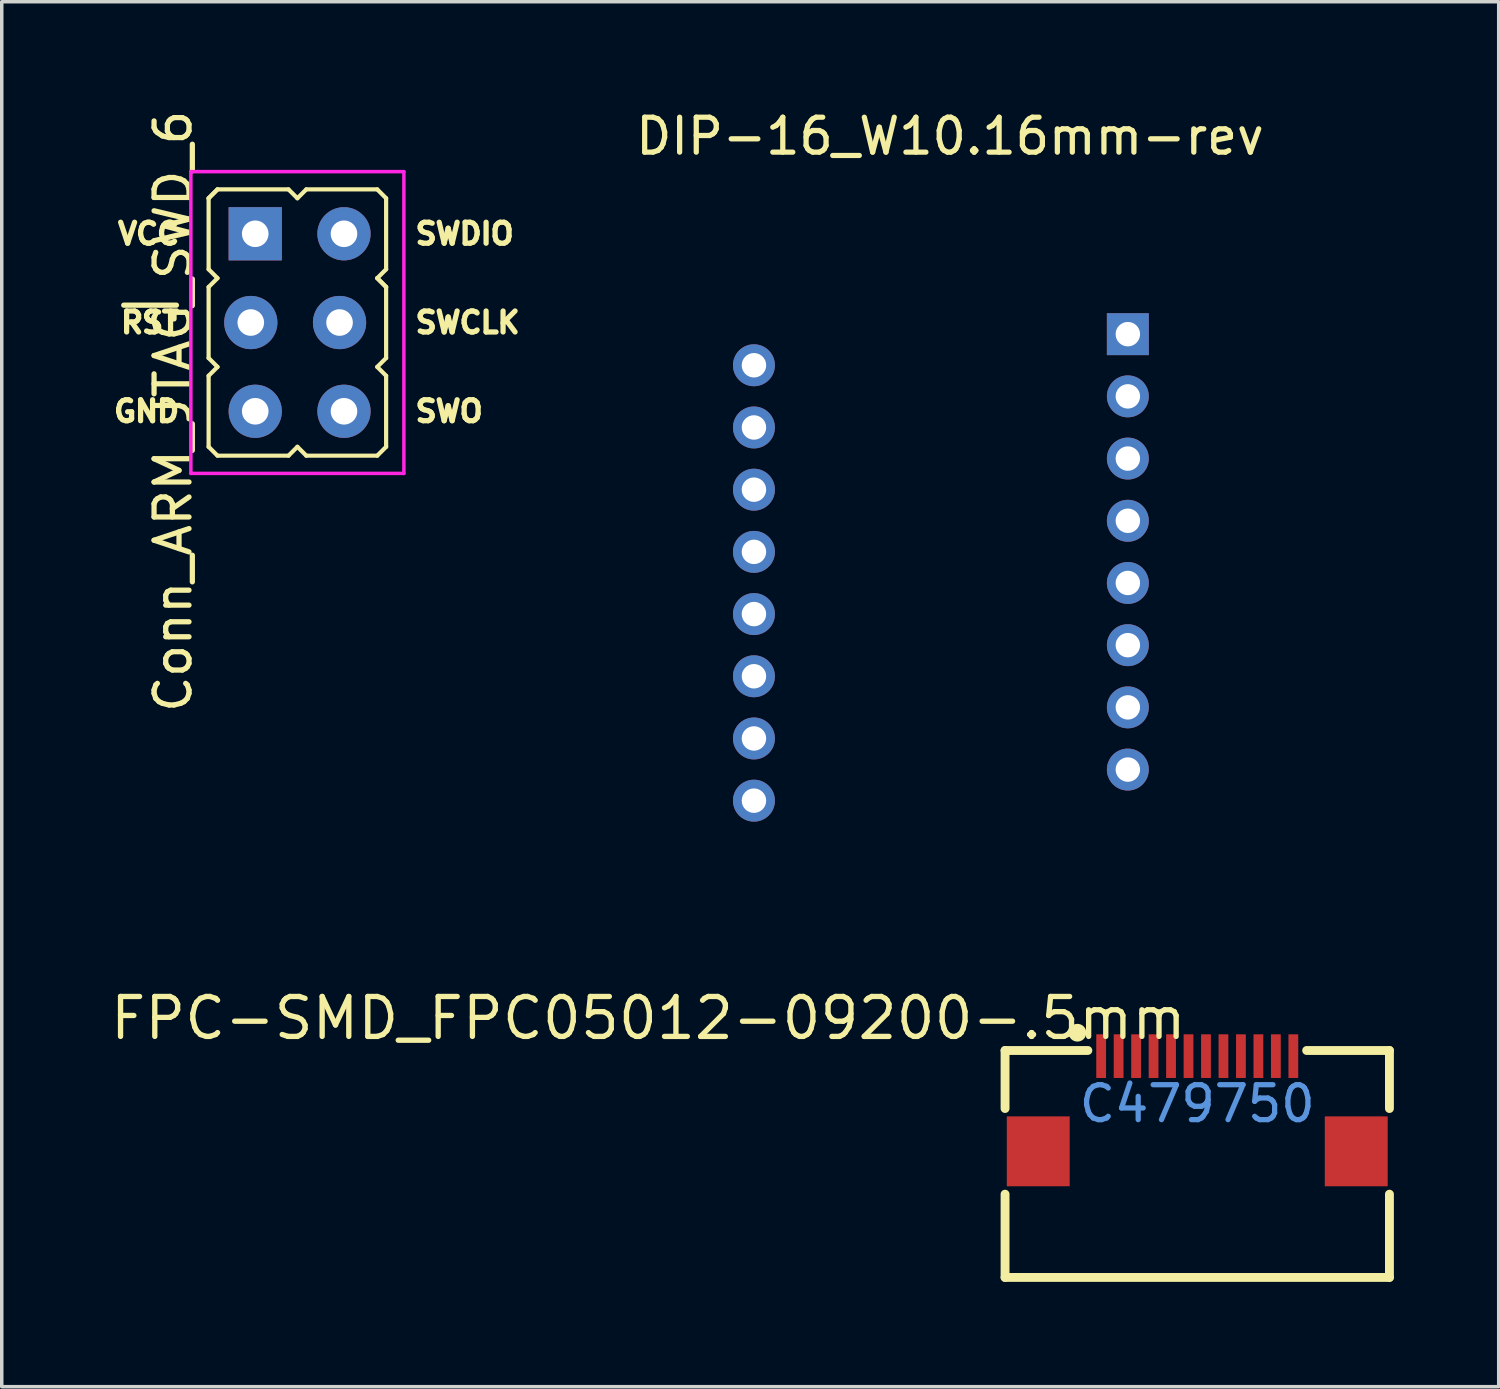
<source format=kicad_pcb>
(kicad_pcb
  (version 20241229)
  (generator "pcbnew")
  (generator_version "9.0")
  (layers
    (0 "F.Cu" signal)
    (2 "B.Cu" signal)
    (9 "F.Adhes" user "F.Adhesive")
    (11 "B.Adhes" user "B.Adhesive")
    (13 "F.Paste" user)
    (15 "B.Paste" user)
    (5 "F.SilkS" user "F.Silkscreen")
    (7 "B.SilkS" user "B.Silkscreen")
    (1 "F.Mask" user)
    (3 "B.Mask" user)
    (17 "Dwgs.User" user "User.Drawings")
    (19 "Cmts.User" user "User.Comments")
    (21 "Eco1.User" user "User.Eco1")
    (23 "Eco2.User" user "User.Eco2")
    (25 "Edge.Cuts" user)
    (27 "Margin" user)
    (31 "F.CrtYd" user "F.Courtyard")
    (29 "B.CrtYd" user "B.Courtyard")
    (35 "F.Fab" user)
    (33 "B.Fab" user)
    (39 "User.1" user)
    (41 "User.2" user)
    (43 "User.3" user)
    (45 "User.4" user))
  (footprint "DIP-16_W10.16mm-rev"
    (layer "F.Cu")
    (at 19.626 4.993)
    (property "Reference" "DIP-16_W10.16mm-rev" (at 4.511 -4.144 0) (layer "F.SilkS") (effects (font (size 1 1) (thickness 0.15))))
    (attr through_hole)
    (fp_line (start 0 0) (end 0 17.1) (stroke (width 0.12) (type solid)) (layer "Eco2.User"))
    (fp_line (start 8.5 0) (end 0 0) (stroke (width 0.12) (type solid)) (layer "Eco2.User"))
    (fp_line (start 8.5 0) (end 8.5 17.1) (stroke (width 0.12) (type solid)) (layer "Eco2.User"))
    (fp_line (start 8.5 17.1) (end 0 17.1) (stroke (width 0.12) (type solid)) (layer "Eco2.User"))
    (pad "1" thru_hole rect (at 9.6 1.52) (size 1.2 1.2) (drill 0.7) (layers "*.Cu" "*.Mask"))
    (pad "2" thru_hole circle (at 9.6 3.3) (size 1.2 1.2) (drill 0.7) (layers "*.Cu" "*.Mask"))
    (pad "3" thru_hole circle (at 9.6 5.08) (size 1.2 1.2) (drill 0.7) (layers "*.Cu" "*.Mask"))
    (pad "4" thru_hole circle (at 9.6 6.86) (size 1.2 1.2) (drill 0.7) (layers "*.Cu" "*.Mask"))
    (pad "5" thru_hole circle (at 9.6 8.64) (size 1.2 1.2) (drill 0.7) (layers "*.Cu" "*.Mask"))
    (pad "6" thru_hole circle (at 9.6 10.42) (size 1.2 1.2) (drill 0.7) (layers "*.Cu" "*.Mask"))
    (pad "7" thru_hole circle (at 9.6 12.2) (size 1.2 1.2) (drill 0.7) (layers "*.Cu" "*.Mask"))
    (pad "8" thru_hole circle (at 9.6 13.98) (size 1.2 1.2) (drill 0.7) (layers "*.Cu" "*.Mask"))
    (pad "9" thru_hole circle (at -1.1 14.87) (size 1.2 1.2) (drill 0.7) (layers "*.Cu" "*.Mask"))
    (pad "10" thru_hole circle (at -1.1 13.09) (size 1.2 1.2) (drill 0.7) (layers "*.Cu" "*.Mask"))
    (pad "11" thru_hole circle (at -1.1 11.31) (size 1.2 1.2) (drill 0.7) (layers "*.Cu" "*.Mask"))
    (pad "12" thru_hole circle (at -1.1 9.53) (size 1.2 1.2) (drill 0.7) (layers "*.Cu" "*.Mask"))
    (pad "13" thru_hole circle (at -1.1 7.75) (size 1.2 1.2) (drill 0.7) (layers "*.Cu" "*.Mask"))
    (pad "14" thru_hole circle (at -1.1 5.97) (size 1.2 1.2) (drill 0.7) (layers "*.Cu" "*.Mask"))
    (pad "15" thru_hole circle (at -1.1 4.19) (size 1.2 1.2) (drill 0.7) (layers "*.Cu" "*.Mask"))
    (pad "16" thru_hole circle (at -1.1 2.41) (size 1.2 1.2) (drill 0.7) (layers "*.Cu" "*.Mask")))
  (footprint "Conn_ARM_JTAG_SWD_6"
    (layer "F.Cu")
    (at 5.397 6.18)
    (property "Reference" "Conn_ARM_JTAG_SWD_6" (at -3.493 2.54 90) (layer "F.SilkS") (effects (font (size 1 1) (thickness 0.15))))
    (attr through_hole)
    (fp_line (start -2.477 -3.556) (end -2.223 -3.81) (stroke (width 0.12) (type solid)) (layer "F.SilkS"))
    (fp_line (start -2.477 -3.556) (end -2.223 -3.81) (stroke (width 0.12) (type solid)) (layer "F.SilkS"))
    (fp_line (start -2.477 -1.524) (end -2.477 -3.556) (stroke (width 0.12) (type solid)) (layer "F.SilkS"))
    (fp_line (start -2.477 -1.016) (end -2.223 -1.27) (stroke (width 0.12) (type solid)) (layer "F.SilkS"))
    (fp_line (start -2.477 1.016) (end -2.477 -1.016) (stroke (width 0.12) (type solid)) (layer "F.SilkS"))
    (fp_line (start -2.477 1.524) (end -2.223 1.27) (stroke (width 0.12) (type solid)) (layer "F.SilkS"))
    (fp_line (start -2.477 3.556) (end -2.477 1.524) (stroke (width 0.12) (type solid)) (layer "F.SilkS"))
    (fp_line (start -2.223 -1.27) (end -2.477 -1.524) (stroke (width 0.12) (type solid)) (layer "F.SilkS"))
    (fp_line (start -2.223 1.27) (end -2.477 1.016) (stroke (width 0.12) (type solid)) (layer "F.SilkS"))
    (fp_line (start -2.223 3.81) (end -2.477 3.556) (stroke (width 0.12) (type solid)) (layer "F.SilkS"))
    (fp_line (start -0.191 -3.81) (end -2.223 -3.81) (stroke (width 0.12) (type solid)) (layer "F.SilkS"))
    (fp_line (start -0.191 3.81) (end -2.223 3.81) (stroke (width 0.12) (type solid)) (layer "F.SilkS"))
    (fp_line (start -0.191 3.81) (end 0.064 3.556) (stroke (width 0.12) (type solid)) (layer "F.SilkS"))
    (fp_line (start 0.064 -3.556) (end -0.191 -3.81) (stroke (width 0.12) (type solid)) (layer "F.SilkS"))
    (fp_line (start 0.064 3.556) (end 0.318 3.81) (stroke (width 0.12) (type solid)) (layer "F.SilkS"))
    (fp_line (start 0.318 -3.81) (end 0.064 -3.556) (stroke (width 0.12) (type solid)) (layer "F.SilkS"))
    (fp_line (start 0.318 -3.81) (end 2.349 -3.81) (stroke (width 0.12) (type solid)) (layer "F.SilkS"))
    (fp_line (start 0.318 3.81) (end 2.349 3.81) (stroke (width 0.12) (type solid)) (layer "F.SilkS"))
    (fp_line (start 2.349 -3.81) (end 2.603 -3.556) (stroke (width 0.12) (type solid)) (layer "F.SilkS"))
    (fp_line (start 2.349 -1.27) (end 2.603 -1.016) (stroke (width 0.12) (type solid)) (layer "F.SilkS"))
    (fp_line (start 2.349 -1.27) (end 2.603 -1.016) (stroke (width 0.12) (type solid)) (layer "F.SilkS"))
    (fp_line (start 2.349 1.27) (end 2.603 1.524) (stroke (width 0.12) (type solid)) (layer "F.SilkS"))
    (fp_line (start 2.603 -3.556) (end 2.603 -1.524) (stroke (width 0.12) (type solid)) (layer "F.SilkS"))
    (fp_line (start 2.603 -1.524) (end 2.349 -1.27) (stroke (width 0.12) (type solid)) (layer "F.SilkS"))
    (fp_line (start 2.603 -1.016) (end 2.603 1.016) (stroke (width 0.12) (type solid)) (layer "F.SilkS"))
    (fp_line (start 2.603 1.016) (end 2.349 1.27) (stroke (width 0.12) (type solid)) (layer "F.SilkS"))
    (fp_line (start 2.603 1.524) (end 2.603 3.556) (stroke (width 0.12) (type solid)) (layer "F.SilkS"))
    (fp_line (start 2.603 3.556) (end 2.349 3.81) (stroke (width 0.12) (type solid)) (layer "F.SilkS"))
    (fp_line (start -2.985 4.318) (end -2.985 -4.318) (stroke (width 0.1) (type solid)) (layer "F.CrtYd"))
    (fp_line (start -2.985 4.318) (end 3.111 4.318) (stroke (width 0.1) (type solid)) (layer "F.CrtYd"))
    (fp_line (start 3.111 -4.318) (end -2.985 -4.318) (stroke (width 0.1) (type solid)) (layer "F.CrtYd"))
    (fp_line (start 3.111 -4.318) (end 3.111 4.318) (stroke (width 0.1) (type solid)) (layer "F.CrtYd"))
    (fp_text user "SWCLK" (at 3.365 0 0) (layer "F.SilkS") (effects (font (size 0.6 0.6) (thickness 0.15)) (justify left)))
    (fp_text user "SWO" (at 3.365 2.54 0) (layer "F.SilkS") (effects (font (size 0.6 0.6) (thickness 0.15)) (justify left)))
    (fp_text user "~{RST}" (at -3.239 0 0) (layer "F.SilkS") (effects (font (size 0.6 0.6) (thickness 0.15)) (justify right)))
    (fp_text user "VCC" (at -3.239 -2.54 0) (layer "F.SilkS") (effects (font (size 0.6 0.6) (thickness 0.15)) (justify right)))
    (fp_text user "GND" (at -3.239 2.54 0) (layer "F.SilkS") (effects (font (size 0.6 0.6) (thickness 0.15)) (justify right)))
    (fp_text user "SWDIO" (at 3.365 -2.54 0) (layer "F.SilkS") (effects (font (size 0.6 0.6) (thickness 0.15)) (justify left)))
    (pad "1" thru_hole rect (at -1.143 -2.54) (size 1.524 1.524) (drill 0.762) (layers "*.Cu" "*.Mask"))
    (pad "2" thru_hole oval (at 1.397 -2.54) (size 1.524 1.524) (drill 0.762) (layers "*.Cu" "*.Mask"))
    (pad "3" thru_hole oval (at -1.27 0) (size 1.524 1.524) (drill 0.762) (layers "*.Cu" "*.Mask"))
    (pad "4" thru_hole oval (at 1.27 0) (size 1.524 1.524) (drill 0.762) (layers "*.Cu" "*.Mask"))
    (pad "5" thru_hole oval (at -1.143 2.54) (size 1.524 1.524) (drill 0.762) (layers "*.Cu" "*.Mask"))
    (pad "6" thru_hole oval (at 1.397 2.54) (size 1.524 1.524) (drill 0.762) (layers "*.Cu" "*.Mask")))
  (footprint "FPC-SMD_FPC05012-09200-.5mm"
    (layer "F.Cu")
    (at 31.212 28.536)
    (property "Reference" "FPC-SMD_FPC05012-09200-.5mm" (at -0.232 -2.448 180) (layer "F.SilkS") (effects (font (size 1.143 1.143) (thickness 0.152)) (justify right)))
    (attr smd)
    (fp_line (start -5.5 -1.524) (end -3.131 -1.524) (stroke (width 0.254) (type solid)) (layer "F.SilkS"))
    (fp_line (start -5.5 0.137) (end -5.5 -1.524) (stroke (width 0.254) (type solid)) (layer "F.SilkS"))
    (fp_line (start -5.5 4.971) (end -5.5 2.588) (stroke (width 0.254) (type solid)) (layer "F.SilkS"))
    (fp_line (start 5.5 -1.524) (end 3.131 -1.524) (stroke (width 0.254) (type solid)) (layer "F.SilkS"))
    (fp_line (start 5.5 0.137) (end 5.5 -1.524) (stroke (width 0.254) (type solid)) (layer "F.SilkS"))
    (fp_line (start 5.5 4.971) (end -5.5 4.971) (stroke (width 0.254) (type solid)) (layer "F.SilkS"))
    (fp_line (start 5.5 4.971) (end 5.5 2.588) (stroke (width 0.254) (type solid)) (layer "F.SilkS"))
    (fp_circle (center -3.429 -2.032) (end -3.302 -2.032) (stroke (width 0.254) (type solid)) (fill no) (layer "F.SilkS"))
    (fp_text user "C479750" (at 0 0 180) (layer "Cmts.User") (effects (font (size 1 1) (thickness 0.15))))
    (pad "1" smd rect (at -2.75 -1.362) (size 0.28 1.25) (layers "F.Cu" "F.Mask" "F.Paste"))
    (pad "2" smd rect (at -2.25 -1.362) (size 0.28 1.25) (layers "F.Cu" "F.Mask" "F.Paste"))
    (pad "3" smd rect (at -1.75 -1.362) (size 0.28 1.25) (layers "F.Cu" "F.Mask" "F.Paste"))
    (pad "4" smd rect (at -1.25 -1.362) (size 0.28 1.25) (layers "F.Cu" "F.Mask" "F.Paste"))
    (pad "5" smd rect (at -0.75 -1.362) (size 0.28 1.25) (layers "F.Cu" "F.Mask" "F.Paste"))
    (pad "6" smd rect (at -0.25 -1.362) (size 0.28 1.25) (layers "F.Cu" "F.Mask" "F.Paste"))
    (pad "7" smd rect (at 0.25 -1.362) (size 0.28 1.25) (layers "F.Cu" "F.Mask" "F.Paste"))
    (pad "8" smd rect (at 0.75 -1.362) (size 0.28 1.25) (layers "F.Cu" "F.Mask" "F.Paste"))
    (pad "9" smd rect (at 1.25 -1.362) (size 0.28 1.25) (layers "F.Cu" "F.Mask" "F.Paste"))
    (pad "10" smd rect (at 1.75 -1.362) (size 0.28 1.25) (layers "F.Cu" "F.Mask" "F.Paste"))
    (pad "11" smd rect (at 2.25 -1.362) (size 0.28 1.25) (layers "F.Cu" "F.Mask" "F.Paste"))
    (pad "12" smd rect (at 2.75 -1.362) (size 0.28 1.25) (layers "F.Cu" "F.Mask" "F.Paste"))
    (pad "13" smd rect (at 4.55 1.362) (size 1.8 2) (layers "F.Cu" "F.Mask" "F.Paste"))
    (pad "14" smd rect (at -4.55 1.362) (size 1.8 2) (layers "F.Cu" "F.Mask" "F.Paste")))
  (gr_rect
    (start -3 -3)
    (end 39.839 36.634)
    (stroke (width 0.1) (type default))
    (fill no)
    (layer "Edge.Cuts")))
</source>
